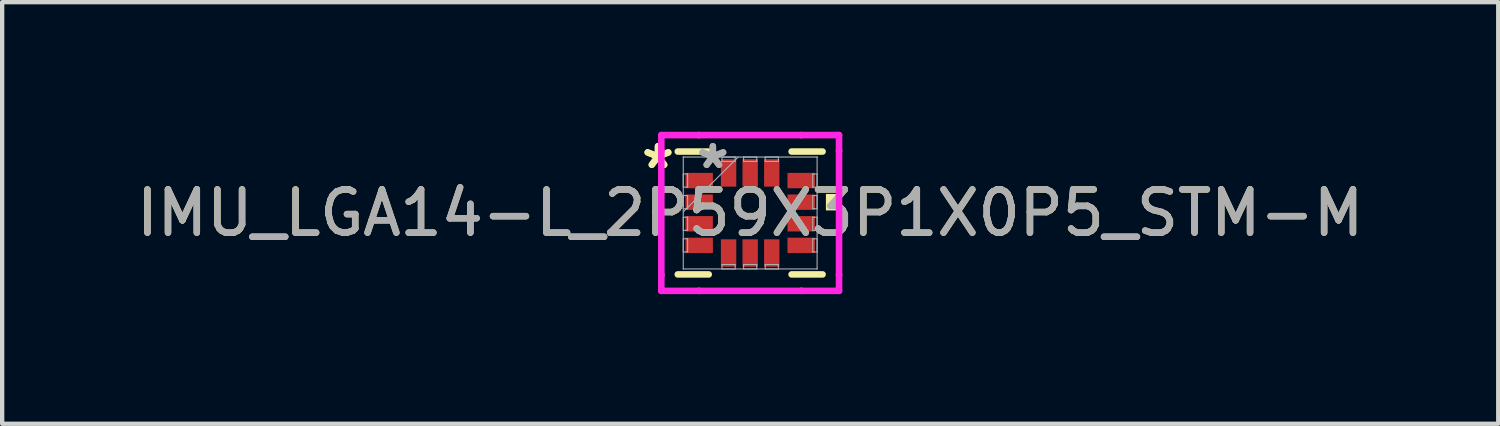
<source format=kicad_pcb>
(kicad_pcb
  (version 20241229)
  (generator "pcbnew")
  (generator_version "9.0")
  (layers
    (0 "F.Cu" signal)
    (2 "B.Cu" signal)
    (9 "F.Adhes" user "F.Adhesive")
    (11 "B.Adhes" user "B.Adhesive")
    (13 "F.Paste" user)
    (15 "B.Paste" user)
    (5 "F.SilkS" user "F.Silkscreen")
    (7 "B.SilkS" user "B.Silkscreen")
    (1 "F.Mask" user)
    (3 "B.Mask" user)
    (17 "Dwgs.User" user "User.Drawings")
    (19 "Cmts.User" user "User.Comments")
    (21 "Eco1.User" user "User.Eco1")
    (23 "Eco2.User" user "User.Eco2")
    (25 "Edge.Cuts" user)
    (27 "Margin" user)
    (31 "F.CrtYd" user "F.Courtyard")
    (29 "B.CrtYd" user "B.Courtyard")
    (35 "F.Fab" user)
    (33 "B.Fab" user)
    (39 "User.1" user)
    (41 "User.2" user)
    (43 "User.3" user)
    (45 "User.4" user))
  (footprint "IMU_LGA14-L_2P59X3P1X0P5_STM-M"
    (layer "F.Cu")
    (at 14.315 1.88)
    (property "Reference" "IMU_LGA14-L_2P59X3P1X0P5_STM-M" (at 0 0 0) (unlocked yes) (layer "F.SilkS") (effects (font (size 1 1) (thickness 0.15))))
    (attr smd)
    (fp_line (start -1.676 1.422) (end -0.959 1.422) (stroke (width 0.152) (type solid)) (layer "F.SilkS"))
    (fp_line (start -0.959 -1.422) (end -1.676 -1.422) (stroke (width 0.152) (type solid)) (layer "F.SilkS"))
    (fp_line (start 0.959 1.422) (end 1.676 1.422) (stroke (width 0.152) (type solid)) (layer "F.SilkS"))
    (fp_line (start 1.676 -1.422) (end 0.959 -1.422) (stroke (width 0.152) (type solid)) (layer "F.SilkS"))
    (fp_poly (pts (xy 2.007 -0.441) (xy 2.007 -0.059) (xy 1.753 -0.059) (xy 1.753 -0.441)) (stroke (width 0) (type solid)) (fill yes) (layer "F.SilkS"))
    (fp_line (start -2.057 -1.803) (end -1.186 -1.803) (stroke (width 0.152) (type solid)) (layer "F.CrtYd"))
    (fp_line (start -2.057 -1.436) (end -2.057 -1.803) (stroke (width 0.152) (type solid)) (layer "F.CrtYd"))
    (fp_line (start -2.057 -1.436) (end -2.057 -1.436) (stroke (width 0.152) (type solid)) (layer "F.CrtYd"))
    (fp_line (start -2.057 1.436) (end -2.057 -1.436) (stroke (width 0.152) (type solid)) (layer "F.CrtYd"))
    (fp_line (start -2.057 1.436) (end -2.057 1.436) (stroke (width 0.152) (type solid)) (layer "F.CrtYd"))
    (fp_line (start -2.057 1.803) (end -2.057 1.436) (stroke (width 0.152) (type solid)) (layer "F.CrtYd"))
    (fp_line (start -1.186 -1.803) (end -1.186 -1.803) (stroke (width 0.152) (type solid)) (layer "F.CrtYd"))
    (fp_line (start -1.186 -1.803) (end 1.186 -1.803) (stroke (width 0.152) (type solid)) (layer "F.CrtYd"))
    (fp_line (start -1.186 1.803) (end -2.057 1.803) (stroke (width 0.152) (type solid)) (layer "F.CrtYd"))
    (fp_line (start -1.186 1.803) (end -1.186 1.803) (stroke (width 0.152) (type solid)) (layer "F.CrtYd"))
    (fp_line (start 1.186 -1.803) (end 1.186 -1.803) (stroke (width 0.152) (type solid)) (layer "F.CrtYd"))
    (fp_line (start 1.186 -1.803) (end 2.057 -1.803) (stroke (width 0.152) (type solid)) (layer "F.CrtYd"))
    (fp_line (start 1.186 1.803) (end -1.186 1.803) (stroke (width 0.152) (type solid)) (layer "F.CrtYd"))
    (fp_line (start 1.186 1.803) (end 1.186 1.803) (stroke (width 0.152) (type solid)) (layer "F.CrtYd"))
    (fp_line (start 2.057 -1.803) (end 2.057 -1.436) (stroke (width 0.152) (type solid)) (layer "F.CrtYd"))
    (fp_line (start 2.057 -1.436) (end 2.057 -1.436) (stroke (width 0.152) (type solid)) (layer "F.CrtYd"))
    (fp_line (start 2.057 -1.436) (end 2.057 1.436) (stroke (width 0.152) (type solid)) (layer "F.CrtYd"))
    (fp_line (start 2.057 1.436) (end 2.057 1.436) (stroke (width 0.152) (type solid)) (layer "F.CrtYd"))
    (fp_line (start 2.057 1.436) (end 2.057 1.803) (stroke (width 0.152) (type solid)) (layer "F.CrtYd"))
    (fp_line (start 2.057 1.803) (end 1.186 1.803) (stroke (width 0.152) (type solid)) (layer "F.CrtYd"))
    (fp_line (start -1.549 -1.295) (end -1.549 -1.295) (stroke (width 0.025) (type solid)) (layer "F.Fab"))
    (fp_line (start -1.549 -1.295) (end -1.549 1.295) (stroke (width 0.025) (type solid)) (layer "F.Fab"))
    (fp_line (start -1.549 -0.902) (end -1.448 -0.902) (stroke (width 0.025) (type solid)) (layer "F.Fab"))
    (fp_line (start -1.549 -0.598) (end -1.549 -0.902) (stroke (width 0.025) (type solid)) (layer "F.Fab"))
    (fp_line (start -1.549 -0.402) (end -1.448 -0.402) (stroke (width 0.025) (type solid)) (layer "F.Fab"))
    (fp_line (start -1.549 -0.098) (end -1.549 -0.402) (stroke (width 0.025) (type solid)) (layer "F.Fab"))
    (fp_line (start -1.549 -0.025) (end -0.279 -1.295) (stroke (width 0.025) (type solid)) (layer "F.Fab"))
    (fp_line (start -1.549 0.098) (end -1.448 0.098) (stroke (width 0.025) (type solid)) (layer "F.Fab"))
    (fp_line (start -1.549 0.402) (end -1.549 0.098) (stroke (width 0.025) (type solid)) (layer "F.Fab"))
    (fp_line (start -1.549 0.598) (end -1.448 0.598) (stroke (width 0.025) (type solid)) (layer "F.Fab"))
    (fp_line (start -1.549 0.902) (end -1.549 0.598) (stroke (width 0.025) (type solid)) (layer "F.Fab"))
    (fp_line (start -1.549 1.295) (end -1.549 1.295) (stroke (width 0.025) (type solid)) (layer "F.Fab"))
    (fp_line (start -1.549 1.295) (end 1.549 1.295) (stroke (width 0.025) (type solid)) (layer "F.Fab"))
    (fp_line (start -1.448 -0.902) (end -1.448 -0.598) (stroke (width 0.025) (type solid)) (layer "F.Fab"))
    (fp_line (start -1.448 -0.598) (end -1.549 -0.598) (stroke (width 0.025) (type solid)) (layer "F.Fab"))
    (fp_line (start -1.448 -0.402) (end -1.448 -0.098) (stroke (width 0.025) (type solid)) (layer "F.Fab"))
    (fp_line (start -1.448 -0.098) (end -1.549 -0.098) (stroke (width 0.025) (type solid)) (layer "F.Fab"))
    (fp_line (start -1.448 0.098) (end -1.448 0.402) (stroke (width 0.025) (type solid)) (layer "F.Fab"))
    (fp_line (start -1.448 0.402) (end -1.549 0.402) (stroke (width 0.025) (type solid)) (layer "F.Fab"))
    (fp_line (start -1.448 0.598) (end -1.448 0.902) (stroke (width 0.025) (type solid)) (layer "F.Fab"))
    (fp_line (start -1.448 0.902) (end -1.549 0.902) (stroke (width 0.025) (type solid)) (layer "F.Fab"))
    (fp_line (start -0.652 -1.295) (end -0.348 -1.295) (stroke (width 0.025) (type solid)) (layer "F.Fab"))
    (fp_line (start -0.652 -1.194) (end -0.652 -1.295) (stroke (width 0.025) (type solid)) (layer "F.Fab"))
    (fp_line (start -0.652 1.194) (end -0.348 1.194) (stroke (width 0.025) (type solid)) (layer "F.Fab"))
    (fp_line (start -0.652 1.295) (end -0.652 1.194) (stroke (width 0.025) (type solid)) (layer "F.Fab"))
    (fp_line (start -0.348 -1.295) (end -0.348 -1.194) (stroke (width 0.025) (type solid)) (layer "F.Fab"))
    (fp_line (start -0.348 -1.194) (end -0.652 -1.194) (stroke (width 0.025) (type solid)) (layer "F.Fab"))
    (fp_line (start -0.348 1.194) (end -0.348 1.295) (stroke (width 0.025) (type solid)) (layer "F.Fab"))
    (fp_line (start -0.348 1.295) (end -0.652 1.295) (stroke (width 0.025) (type solid)) (layer "F.Fab"))
    (fp_line (start -0.152 -1.295) (end 0.152 -1.295) (stroke (width 0.025) (type solid)) (layer "F.Fab"))
    (fp_line (start -0.152 -1.194) (end -0.152 -1.295) (stroke (width 0.025) (type solid)) (layer "F.Fab"))
    (fp_line (start -0.152 1.194) (end 0.152 1.194) (stroke (width 0.025) (type solid)) (layer "F.Fab"))
    (fp_line (start -0.152 1.295) (end -0.152 1.194) (stroke (width 0.025) (type solid)) (layer "F.Fab"))
    (fp_line (start 0.152 -1.295) (end 0.152 -1.194) (stroke (width 0.025) (type solid)) (layer "F.Fab"))
    (fp_line (start 0.152 -1.194) (end -0.152 -1.194) (stroke (width 0.025) (type solid)) (layer "F.Fab"))
    (fp_line (start 0.152 1.194) (end 0.152 1.295) (stroke (width 0.025) (type solid)) (layer "F.Fab"))
    (fp_line (start 0.152 1.295) (end -0.152 1.295) (stroke (width 0.025) (type solid)) (layer "F.Fab"))
    (fp_line (start 0.348 -1.295) (end 0.652 -1.295) (stroke (width 0.025) (type solid)) (layer "F.Fab"))
    (fp_line (start 0.348 -1.194) (end 0.348 -1.295) (stroke (width 0.025) (type solid)) (layer "F.Fab"))
    (fp_line (start 0.348 1.194) (end 0.652 1.194) (stroke (width 0.025) (type solid)) (layer "F.Fab"))
    (fp_line (start 0.348 1.295) (end 0.348 1.194) (stroke (width 0.025) (type solid)) (layer "F.Fab"))
    (fp_line (start 0.652 -1.295) (end 0.652 -1.194) (stroke (width 0.025) (type solid)) (layer "F.Fab"))
    (fp_line (start 0.652 -1.194) (end 0.348 -1.194) (stroke (width 0.025) (type solid)) (layer "F.Fab"))
    (fp_line (start 0.652 1.194) (end 0.652 1.295) (stroke (width 0.025) (type solid)) (layer "F.Fab"))
    (fp_line (start 0.652 1.295) (end 0.348 1.295) (stroke (width 0.025) (type solid)) (layer "F.Fab"))
    (fp_line (start 1.448 -0.902) (end 1.549 -0.902) (stroke (width 0.025) (type solid)) (layer "F.Fab"))
    (fp_line (start 1.448 -0.598) (end 1.448 -0.902) (stroke (width 0.025) (type solid)) (layer "F.Fab"))
    (fp_line (start 1.448 -0.402) (end 1.549 -0.402) (stroke (width 0.025) (type solid)) (layer "F.Fab"))
    (fp_line (start 1.448 -0.098) (end 1.448 -0.402) (stroke (width 0.025) (type solid)) (layer "F.Fab"))
    (fp_line (start 1.448 0.098) (end 1.549 0.098) (stroke (width 0.025) (type solid)) (layer "F.Fab"))
    (fp_line (start 1.448 0.402) (end 1.448 0.098) (stroke (width 0.025) (type solid)) (layer "F.Fab"))
    (fp_line (start 1.448 0.598) (end 1.549 0.598) (stroke (width 0.025) (type solid)) (layer "F.Fab"))
    (fp_line (start 1.448 0.902) (end 1.448 0.598) (stroke (width 0.025) (type solid)) (layer "F.Fab"))
    (fp_line (start 1.549 -1.295) (end -1.549 -1.295) (stroke (width 0.025) (type solid)) (layer "F.Fab"))
    (fp_line (start 1.549 -1.295) (end 1.549 -1.295) (stroke (width 0.025) (type solid)) (layer "F.Fab"))
    (fp_line (start 1.549 -0.902) (end 1.549 -0.598) (stroke (width 0.025) (type solid)) (layer "F.Fab"))
    (fp_line (start 1.549 -0.598) (end 1.448 -0.598) (stroke (width 0.025) (type solid)) (layer "F.Fab"))
    (fp_line (start 1.549 -0.402) (end 1.549 -0.098) (stroke (width 0.025) (type solid)) (layer "F.Fab"))
    (fp_line (start 1.549 -0.098) (end 1.448 -0.098) (stroke (width 0.025) (type solid)) (layer "F.Fab"))
    (fp_line (start 1.549 0.098) (end 1.549 0.402) (stroke (width 0.025) (type solid)) (layer "F.Fab"))
    (fp_line (start 1.549 0.402) (end 1.448 0.402) (stroke (width 0.025) (type solid)) (layer "F.Fab"))
    (fp_line (start 1.549 0.598) (end 1.549 0.902) (stroke (width 0.025) (type solid)) (layer "F.Fab"))
    (fp_line (start 1.549 0.902) (end 1.448 0.902) (stroke (width 0.025) (type solid)) (layer "F.Fab"))
    (fp_line (start 1.549 1.295) (end 1.549 -1.295) (stroke (width 0.025) (type solid)) (layer "F.Fab"))
    (fp_line (start 1.549 1.295) (end 1.549 1.295) (stroke (width 0.025) (type solid)) (layer "F.Fab"))
    (fp_text user "*" (at -2.134 -1 0) (layer "F.SilkS") (effects (font (size 1 1) (thickness 0.15))))
    (fp_text user "*" (at -2.134 -1 0) (unlocked yes) (layer "F.SilkS") (effects (font (size 1 1) (thickness 0.15))))
    (fp_text user "${REFERENCE}" (at 0 0 0) (unlocked yes) (layer "F.Fab") (effects (font (size 1 1) (thickness 0.15))))
    (fp_text user "*" (at -0.864 -1 0) (unlocked yes) (layer "F.Fab") (effects (font (size 1 1) (thickness 0.15))))
    (fp_text user "*" (at -0.864 -1 0) (layer "F.Fab") (effects (font (size 1 1) (thickness 0.15))))
    (pad "1" smd rect (at -1.181 -0.75 90) (size 0.356 0.635) (layers "F.Cu" "F.Mask" "F.Paste"))
    (pad "2" smd rect (at -1.181 -0.25 90) (size 0.356 0.635) (layers "F.Cu" "F.Mask" "F.Paste"))
    (pad "3" smd rect (at -1.181 0.25 90) (size 0.356 0.635) (layers "F.Cu" "F.Mask" "F.Paste"))
    (pad "4" smd rect (at -1.181 0.75 90) (size 0.356 0.635) (layers "F.Cu" "F.Mask" "F.Paste"))
    (pad "5" smd rect (at -0.5 0.927) (size 0.356 0.635) (layers "F.Cu" "F.Mask" "F.Paste"))
    (pad "6" smd rect (at 0 0.927) (size 0.356 0.635) (layers "F.Cu" "F.Mask" "F.Paste"))
    (pad "7" smd rect (at 0.5 0.927) (size 0.356 0.635) (layers "F.Cu" "F.Mask" "F.Paste"))
    (pad "8" smd rect (at 1.181 0.75 90) (size 0.356 0.635) (layers "F.Cu" "F.Mask" "F.Paste"))
    (pad "9" smd rect (at 1.181 0.25 90) (size 0.356 0.635) (layers "F.Cu" "F.Mask" "F.Paste"))
    (pad "10" smd rect (at 1.181 -0.25 90) (size 0.356 0.635) (layers "F.Cu" "F.Mask" "F.Paste"))
    (pad "11" smd rect (at 1.181 -0.75 90) (size 0.356 0.635) (layers "F.Cu" "F.Mask" "F.Paste"))
    (pad "12" smd rect (at 0.5 -0.927) (size 0.356 0.635) (layers "F.Cu" "F.Mask" "F.Paste"))
    (pad "13" smd rect (at 0 -0.927) (size 0.356 0.635) (layers "F.Cu" "F.Mask" "F.Paste"))
    (pad "14" smd rect (at -0.5 -0.927) (size 0.356 0.635) (layers "F.Cu" "F.Mask" "F.Paste")))
  (gr_rect
    (start -3 -3)
    (end 31.631 6.759)
    (stroke (width 0.1) (type default))
    (fill no)
    (layer "Edge.Cuts")))
</source>
